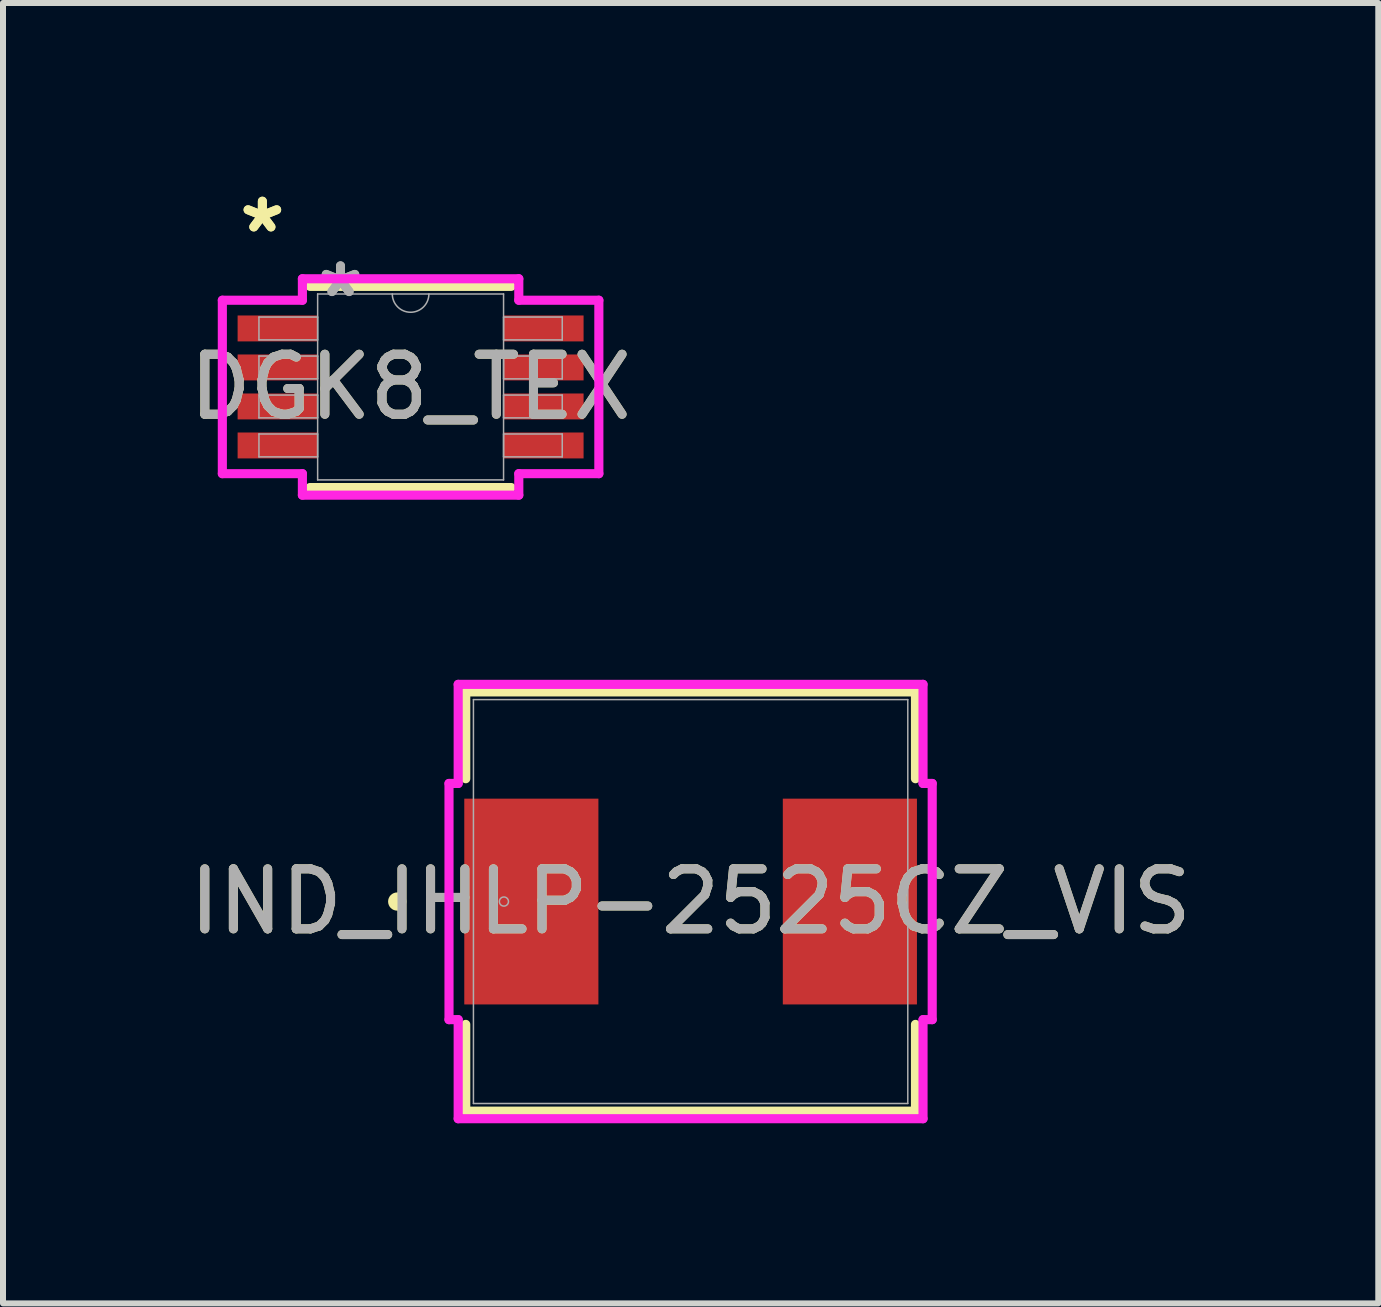
<source format=kicad_pcb>
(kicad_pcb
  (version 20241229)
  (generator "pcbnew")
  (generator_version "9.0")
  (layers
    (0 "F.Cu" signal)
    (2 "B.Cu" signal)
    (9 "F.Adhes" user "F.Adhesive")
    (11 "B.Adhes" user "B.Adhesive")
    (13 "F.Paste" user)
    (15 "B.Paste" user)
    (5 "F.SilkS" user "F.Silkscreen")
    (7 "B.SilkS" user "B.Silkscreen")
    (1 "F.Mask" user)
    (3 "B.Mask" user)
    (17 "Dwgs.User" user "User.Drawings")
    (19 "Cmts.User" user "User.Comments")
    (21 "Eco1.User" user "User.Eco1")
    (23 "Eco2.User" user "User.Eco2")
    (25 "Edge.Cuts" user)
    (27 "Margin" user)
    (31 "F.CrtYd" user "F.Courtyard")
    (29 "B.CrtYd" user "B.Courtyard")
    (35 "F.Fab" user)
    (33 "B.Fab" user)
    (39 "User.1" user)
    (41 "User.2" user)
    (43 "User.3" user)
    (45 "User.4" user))
  (footprint "IND_IHLP-2525CZ_VIS"
    (layer "F.Cu")
    (at 8.458 11.973)
    (property "Reference" "IND_IHLP-2525CZ_VIS" (at 0 0 0) (unlocked yes) (layer "F.SilkS") (effects (font (size 1 1) (thickness 0.15))))
    (attr smd)
    (fp_line (start -3.747 -3.493) (end -3.747 -2.047) (stroke (width 0.152) (type solid)) (layer "F.SilkS"))
    (fp_line (start -3.747 2.047) (end -3.747 3.493) (stroke (width 0.152) (type solid)) (layer "F.SilkS"))
    (fp_line (start -3.747 3.493) (end 3.747 3.493) (stroke (width 0.152) (type solid)) (layer "F.SilkS"))
    (fp_line (start 3.747 -3.493) (end -3.747 -3.493) (stroke (width 0.152) (type solid)) (layer "F.SilkS"))
    (fp_line (start 3.747 -2.047) (end 3.747 -3.493) (stroke (width 0.152) (type solid)) (layer "F.SilkS"))
    (fp_line (start 3.747 3.493) (end 3.747 2.047) (stroke (width 0.152) (type solid)) (layer "F.SilkS"))
    (fp_circle (center -4.889 0) (end -4.813 0) (stroke (width 0.152) (type solid)) (fill no) (layer "F.SilkS"))
    (fp_line (start -4.026 -1.968) (end -3.873 -1.968) (stroke (width 0.152) (type solid)) (layer "F.CrtYd"))
    (fp_line (start -4.026 1.968) (end -4.026 -1.968) (stroke (width 0.152) (type solid)) (layer "F.CrtYd"))
    (fp_line (start -3.873 -3.619) (end 3.873 -3.619) (stroke (width 0.152) (type solid)) (layer "F.CrtYd"))
    (fp_line (start -3.873 -1.968) (end -3.873 -3.619) (stroke (width 0.152) (type solid)) (layer "F.CrtYd"))
    (fp_line (start -3.873 1.968) (end -4.026 1.968) (stroke (width 0.152) (type solid)) (layer "F.CrtYd"))
    (fp_line (start -3.873 3.619) (end -3.873 1.968) (stroke (width 0.152) (type solid)) (layer "F.CrtYd"))
    (fp_line (start 3.873 -3.619) (end 3.873 -1.968) (stroke (width 0.152) (type solid)) (layer "F.CrtYd"))
    (fp_line (start 3.873 -1.968) (end 4.026 -1.968) (stroke (width 0.152) (type solid)) (layer "F.CrtYd"))
    (fp_line (start 3.873 1.968) (end 3.873 3.619) (stroke (width 0.152) (type solid)) (layer "F.CrtYd"))
    (fp_line (start 3.873 3.619) (end -3.873 3.619) (stroke (width 0.152) (type solid)) (layer "F.CrtYd"))
    (fp_line (start 4.026 -1.968) (end 4.026 1.968) (stroke (width 0.152) (type solid)) (layer "F.CrtYd"))
    (fp_line (start 4.026 1.968) (end 3.873 1.968) (stroke (width 0.152) (type solid)) (layer "F.CrtYd"))
    (fp_line (start -3.619 -3.365) (end -3.619 3.365) (stroke (width 0.025) (type solid)) (layer "F.Fab"))
    (fp_line (start -3.619 3.365) (end 3.619 3.365) (stroke (width 0.025) (type solid)) (layer "F.Fab"))
    (fp_line (start 3.619 -3.365) (end -3.619 -3.365) (stroke (width 0.025) (type solid)) (layer "F.Fab"))
    (fp_line (start 3.619 3.365) (end 3.619 -3.365) (stroke (width 0.025) (type solid)) (layer "F.Fab"))
    (fp_circle (center -3.111 0) (end -3.035 0) (stroke (width 0.025) (type solid)) (fill no) (layer "F.Fab"))
    (fp_text user "${REFERENCE}" (at 0 0 0) (unlocked yes) (layer "F.Fab") (effects (font (size 1 1) (thickness 0.15))))
    (pad "1" smd rect (at -2.654 0 90) (size 3.429 2.235) (layers "F.Cu" "F.Mask" "F.Paste"))
    (pad "2" smd rect (at 2.654 0 90) (size 3.429 2.235) (layers "F.Cu" "F.Mask" "F.Paste")))
  (footprint "DGK8_TEX"
    (layer "F.Cu")
    (at 3.792 3.398)
    (property "Reference" "DGK8_TEX" (at 0 0 0) (unlocked yes) (layer "F.SilkS") (effects (font (size 1 1) (thickness 0.15))))
    (attr smd)
    (fp_line (start -1.676 1.676) (end 1.676 1.676) (stroke (width 0.152) (type solid)) (layer "F.SilkS"))
    (fp_line (start 1.676 -1.676) (end -1.676 -1.676) (stroke (width 0.152) (type solid)) (layer "F.SilkS"))
    (fp_line (start -3.137 -1.445) (end -1.803 -1.445) (stroke (width 0.152) (type solid)) (layer "F.CrtYd"))
    (fp_line (start -3.137 1.445) (end -3.137 -1.445) (stroke (width 0.152) (type solid)) (layer "F.CrtYd"))
    (fp_line (start -3.137 1.445) (end -1.803 1.445) (stroke (width 0.152) (type solid)) (layer "F.CrtYd"))
    (fp_line (start -1.803 -1.803) (end 1.803 -1.803) (stroke (width 0.152) (type solid)) (layer "F.CrtYd"))
    (fp_line (start -1.803 -1.445) (end -1.803 -1.803) (stroke (width 0.152) (type solid)) (layer "F.CrtYd"))
    (fp_line (start -1.803 1.803) (end -1.803 1.445) (stroke (width 0.152) (type solid)) (layer "F.CrtYd"))
    (fp_line (start 1.803 -1.803) (end 1.803 -1.445) (stroke (width 0.152) (type solid)) (layer "F.CrtYd"))
    (fp_line (start 1.803 1.445) (end 1.803 1.803) (stroke (width 0.152) (type solid)) (layer "F.CrtYd"))
    (fp_line (start 1.803 1.803) (end -1.803 1.803) (stroke (width 0.152) (type solid)) (layer "F.CrtYd"))
    (fp_line (start 3.137 -1.445) (end 1.803 -1.445) (stroke (width 0.152) (type solid)) (layer "F.CrtYd"))
    (fp_line (start 3.137 -1.445) (end 3.137 1.445) (stroke (width 0.152) (type solid)) (layer "F.CrtYd"))
    (fp_line (start 3.137 1.445) (end 1.803 1.445) (stroke (width 0.152) (type solid)) (layer "F.CrtYd"))
    (fp_line (start -2.527 -1.165) (end -2.527 -0.784) (stroke (width 0.025) (type solid)) (layer "F.Fab"))
    (fp_line (start -2.527 -0.784) (end -1.549 -0.784) (stroke (width 0.025) (type solid)) (layer "F.Fab"))
    (fp_line (start -2.527 -0.515) (end -2.527 -0.135) (stroke (width 0.025) (type solid)) (layer "F.Fab"))
    (fp_line (start -2.527 -0.135) (end -1.549 -0.135) (stroke (width 0.025) (type solid)) (layer "F.Fab"))
    (fp_line (start -2.527 0.135) (end -2.527 0.515) (stroke (width 0.025) (type solid)) (layer "F.Fab"))
    (fp_line (start -2.527 0.515) (end -1.549 0.515) (stroke (width 0.025) (type solid)) (layer "F.Fab"))
    (fp_line (start -2.527 0.784) (end -2.527 1.165) (stroke (width 0.025) (type solid)) (layer "F.Fab"))
    (fp_line (start -2.527 1.165) (end -1.549 1.165) (stroke (width 0.025) (type solid)) (layer "F.Fab"))
    (fp_line (start -1.549 -1.549) (end -1.549 1.549) (stroke (width 0.025) (type solid)) (layer "F.Fab"))
    (fp_line (start -1.549 -1.165) (end -2.527 -1.165) (stroke (width 0.025) (type solid)) (layer "F.Fab"))
    (fp_line (start -1.549 -0.784) (end -1.549 -1.165) (stroke (width 0.025) (type solid)) (layer "F.Fab"))
    (fp_line (start -1.549 -0.515) (end -2.527 -0.515) (stroke (width 0.025) (type solid)) (layer "F.Fab"))
    (fp_line (start -1.549 -0.135) (end -1.549 -0.515) (stroke (width 0.025) (type solid)) (layer "F.Fab"))
    (fp_line (start -1.549 0.135) (end -2.527 0.135) (stroke (width 0.025) (type solid)) (layer "F.Fab"))
    (fp_line (start -1.549 0.515) (end -1.549 0.135) (stroke (width 0.025) (type solid)) (layer "F.Fab"))
    (fp_line (start -1.549 0.784) (end -2.527 0.784) (stroke (width 0.025) (type solid)) (layer "F.Fab"))
    (fp_line (start -1.549 1.165) (end -1.549 0.784) (stroke (width 0.025) (type solid)) (layer "F.Fab"))
    (fp_line (start -1.549 1.549) (end 1.549 1.549) (stroke (width 0.025) (type solid)) (layer "F.Fab"))
    (fp_line (start 1.549 -1.549) (end -1.549 -1.549) (stroke (width 0.025) (type solid)) (layer "F.Fab"))
    (fp_line (start 1.549 -1.165) (end 1.549 -0.784) (stroke (width 0.025) (type solid)) (layer "F.Fab"))
    (fp_line (start 1.549 -0.784) (end 2.527 -0.784) (stroke (width 0.025) (type solid)) (layer "F.Fab"))
    (fp_line (start 1.549 -0.515) (end 1.549 -0.135) (stroke (width 0.025) (type solid)) (layer "F.Fab"))
    (fp_line (start 1.549 -0.135) (end 2.527 -0.135) (stroke (width 0.025) (type solid)) (layer "F.Fab"))
    (fp_line (start 1.549 0.135) (end 1.549 0.515) (stroke (width 0.025) (type solid)) (layer "F.Fab"))
    (fp_line (start 1.549 0.515) (end 2.527 0.515) (stroke (width 0.025) (type solid)) (layer "F.Fab"))
    (fp_line (start 1.549 0.784) (end 1.549 1.165) (stroke (width 0.025) (type solid)) (layer "F.Fab"))
    (fp_line (start 1.549 1.165) (end 2.527 1.165) (stroke (width 0.025) (type solid)) (layer "F.Fab"))
    (fp_line (start 1.549 1.549) (end 1.549 -1.549) (stroke (width 0.025) (type solid)) (layer "F.Fab"))
    (fp_line (start 2.527 -1.165) (end 1.549 -1.165) (stroke (width 0.025) (type solid)) (layer "F.Fab"))
    (fp_line (start 2.527 -0.784) (end 2.527 -1.165) (stroke (width 0.025) (type solid)) (layer "F.Fab"))
    (fp_line (start 2.527 -0.515) (end 1.549 -0.515) (stroke (width 0.025) (type solid)) (layer "F.Fab"))
    (fp_line (start 2.527 -0.135) (end 2.527 -0.515) (stroke (width 0.025) (type solid)) (layer "F.Fab"))
    (fp_line (start 2.527 0.135) (end 1.549 0.135) (stroke (width 0.025) (type solid)) (layer "F.Fab"))
    (fp_line (start 2.527 0.515) (end 2.527 0.135) (stroke (width 0.025) (type solid)) (layer "F.Fab"))
    (fp_line (start 2.527 0.784) (end 1.549 0.784) (stroke (width 0.025) (type solid)) (layer "F.Fab"))
    (fp_line (start 2.527 1.165) (end 2.527 0.784) (stroke (width 0.025) (type solid)) (layer "F.Fab"))
    (fp_arc (start 0.3048 -1.5494) (mid 0 -1.2446) (end -0.3048 -1.5494) (stroke (width 0.0254) (type solid)) (layer "F.Fab"))
    (fp_text user "*" (at -2.47 -2.55 0) (unlocked yes) (layer "F.SilkS") (effects (font (size 1 1) (thickness 0.15))))
    (fp_text user "*" (at -2.47 -2.55 0) (layer "F.SilkS") (effects (font (size 1 1) (thickness 0.15))))
    (fp_text user "*" (at -1.168 -1.473 0) (layer "F.Fab") (effects (font (size 1 1) (thickness 0.15))))
    (fp_text user "*" (at -1.168 -1.473 0) (unlocked yes) (layer "F.Fab") (effects (font (size 1 1) (thickness 0.15))))
    (fp_text user "${REFERENCE}" (at 0 0 0) (unlocked yes) (layer "F.Fab") (effects (font (size 1 1) (thickness 0.15))))
    (pad "1" smd rect (at -2.216 -0.975) (size 1.333 0.432) (layers "F.Cu" "F.Mask" "F.Paste"))
    (pad "2" smd rect (at -2.216 -0.325) (size 1.333 0.432) (layers "F.Cu" "F.Mask" "F.Paste"))
    (pad "3" smd rect (at -2.216 0.325) (size 1.333 0.432) (layers "F.Cu" "F.Mask" "F.Paste"))
    (pad "4" smd rect (at -2.216 0.975) (size 1.333 0.432) (layers "F.Cu" "F.Mask" "F.Paste"))
    (pad "5" smd rect (at 2.216 0.975) (size 1.333 0.432) (layers "F.Cu" "F.Mask" "F.Paste"))
    (pad "6" smd rect (at 2.216 0.325) (size 1.333 0.432) (layers "F.Cu" "F.Mask" "F.Paste"))
    (pad "7" smd rect (at 2.216 -0.325) (size 1.333 0.432) (layers "F.Cu" "F.Mask" "F.Paste"))
    (pad "8" smd rect (at 2.216 -0.975) (size 1.333 0.432) (layers "F.Cu" "F.Mask" "F.Paste")))
  (gr_rect
    (start -3 -3)
    (end 19.917 18.669)
    (stroke (width 0.1) (type default))
    (fill no)
    (layer "Edge.Cuts")))
</source>
